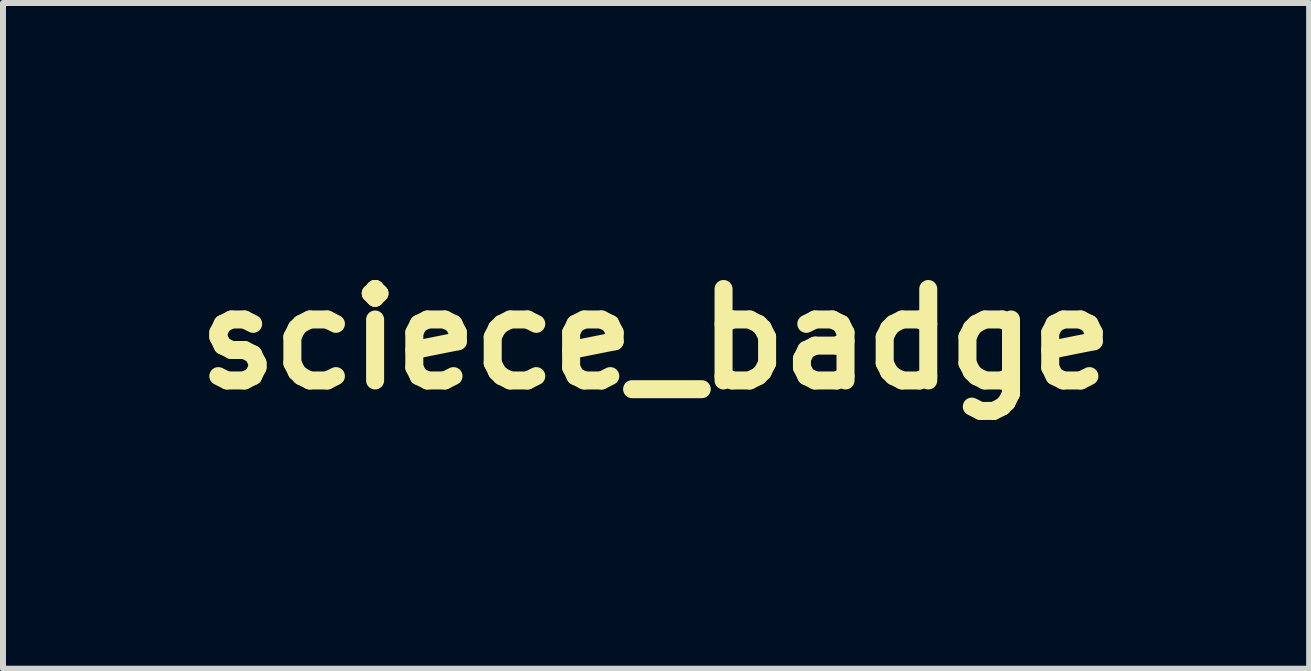
<source format=kicad_pcb>
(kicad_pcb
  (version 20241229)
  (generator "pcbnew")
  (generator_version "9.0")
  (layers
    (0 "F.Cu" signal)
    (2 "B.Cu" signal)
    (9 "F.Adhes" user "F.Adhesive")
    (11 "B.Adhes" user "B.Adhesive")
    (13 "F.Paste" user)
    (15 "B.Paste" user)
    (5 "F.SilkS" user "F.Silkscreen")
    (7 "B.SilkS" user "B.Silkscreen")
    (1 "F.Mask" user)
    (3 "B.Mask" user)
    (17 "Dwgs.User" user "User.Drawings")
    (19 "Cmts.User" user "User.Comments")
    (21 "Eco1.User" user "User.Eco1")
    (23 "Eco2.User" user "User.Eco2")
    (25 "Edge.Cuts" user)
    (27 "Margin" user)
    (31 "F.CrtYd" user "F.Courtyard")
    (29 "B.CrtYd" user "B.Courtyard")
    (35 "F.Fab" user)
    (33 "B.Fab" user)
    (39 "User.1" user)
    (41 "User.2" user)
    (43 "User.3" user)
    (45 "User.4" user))
  (footprint "sciece_badge"
    (layer "F.Cu")
    (at 7.881 2.6)
    (property "Reference" "sciece_badge" (at 0 0 0) (layer "F.SilkS") (effects (font (size 1.524 1.524) (thickness 0.3))))
    (attr through_hole)
    (fp_poly (pts (xy 0.401 -2.559) (xy 0.85 -2.445) (xy 1.257 -2.253) (xy 1.298 -2.228) (xy 1.676 -1.928) (xy 2.003 -1.556) (xy 2.261 -1.134) (xy 2.433 -0.686) (xy 2.465 -0.496) (xy 2.483 -0.242) (xy 2.486 0.037) (xy 2.474 0.304) (xy 2.447 0.522) (xy 2.433 0.584) (xy 2.33 0.874) (xy 2.182 1.182) (xy 2.011 1.466) (xy 1.874 1.645) (xy 1.593 1.91) (xy 1.251 2.146) (xy 0.889 2.329) (xy 0.726 2.387) (xy 0.396 2.458) (xy 0.02 2.487) (xy -0.361 2.476) (xy -0.705 2.423) (xy -0.823 2.391) (xy -1.236 2.213) (xy -1.624 1.96) (xy -1.963 1.65) (xy -2.013 1.583) (xy -1.212 1.583) (xy -1.199 1.701) (xy -1.13 1.775) (xy -0.99 1.814) (xy -0.876 1.757) (xy -0.844 1.714) (xy -0.835 1.676) (xy -0.5 1.676) (xy -0.499 1.778) (xy -0.447 1.869) (xy -0.35 1.921) (xy -0.234 1.931) (xy -0.139 1.902) (xy -0.102 1.841) (xy 0.000321 1.841) (xy 0.042 1.905) (xy 0.14 1.932) (xy 0.256 1.92) (xy 0.345 1.869) (xy 0.398 1.772) (xy 0.396 1.671) (xy 0.726 1.671) (xy 0.777 1.774) (xy 0.886 1.827) (xy 0.914 1.829) (xy 1.022 1.792) (xy 1.065 1.755) (xy 1.109 1.642) (xy 1.082 1.531) (xy 1.003 1.451) (xy 0.897 1.427) (xy 0.826 1.454) (xy 0.739 1.553) (xy 0.726 1.671) (xy 0.396 1.671) (xy 0.396 1.671) (xy 0.344 1.613) (xy 0.245 1.623) (xy 0.128 1.683) (xy 0.033 1.769) (xy 0.000321 1.841) (xy -0.102 1.841) (xy -0.145 1.757) (xy -0.245 1.673) (xy -0.362 1.618) (xy -0.446 1.613) (xy -0.5 1.676) (xy -0.835 1.676) (xy -0.818 1.601) (xy -0.866 1.502) (xy -0.962 1.441) (xy -1.076 1.438) (xy -1.145 1.475) (xy -1.212 1.583) (xy -2.013 1.583) (xy -2.188 1.355) (xy -0.719 1.355) (xy -0.689 1.463) (xy -0.626 1.541) (xy -0.55 1.567) (xy -0.479 1.518) (xy -0.475 1.512) (xy -0.443 1.411) (xy -0.437 1.346) (xy -0.443 1.312) (xy -0.254 1.312) (xy -0.214 1.437) (xy -0.118 1.509) (xy -0.000067 1.515) (xy 0.1 1.45) (xy 0.129 1.36) (xy 0.332 1.36) (xy 0.358 1.483) (xy 0.434 1.536) (xy 0.532 1.505) (xy 0.569 1.469) (xy 0.627 1.368) (xy 0.607 1.259) (xy 0.599 1.242) (xy 0.521 1.137) (xy 0.439 1.124) (xy 0.37 1.193) (xy 0.333 1.337) (xy 0.332 1.36) (xy 0.129 1.36) (xy 0.136 1.339) (xy 0.102 1.22) (xy 0.02 1.148) (xy -0.095 1.147) (xy -0.2 1.206) (xy -0.253 1.3) (xy -0.254 1.312) (xy -0.443 1.312) (xy -0.464 1.203) (xy -0.53 1.129) (xy -0.614 1.134) (xy -0.694 1.227) (xy -0.699 1.239) (xy -0.719 1.355) (xy -2.188 1.355) (xy -2.228 1.302) (xy -2.252 1.263) (xy -2.349 1.047) (xy -1.722 1.047) (xy -1.65 1.169) (xy -1.643 1.177) (xy -1.533 1.255) (xy -1.423 1.27) (xy -1.343 1.226) (xy -1.321 1.155) (xy -1.331 1.131) (xy -1.191 1.131) (xy -1.191 1.183) (xy -1.119 1.255) (xy -1.006 1.263) (xy -0.892 1.211) (xy -0.843 1.159) (xy -0.803 1.044) (xy -0.834 0.961) (xy -0.497 0.961) (xy -0.488 0.995) (xy -0.449 1.053) (xy -0.379 1.058) (xy -0.251 1.009) (xy -0.238 1.003) (xy -0.133 0.92) (xy -0.114 0.838) (xy 0.011 0.838) (xy 0.037 0.931) (xy 0.121 1.006) (xy 0.23 1.049) (xy 0.331 1.047) (xy 0.334 1.044) (xy 0.701 1.044) (xy 0.741 1.159) (xy 0.741 1.159) (xy 0.841 1.242) (xy 0.959 1.267) (xy 1.058 1.23) (xy 1.089 1.183) (xy 1.085 1.155) (xy 1.219 1.155) (xy 1.254 1.246) (xy 1.34 1.275) (xy 1.447 1.243) (xy 1.547 1.153) (xy 1.556 1.14) (xy 1.609 1.016) (xy 1.58 0.945) (xy 1.479 0.937) (xy 1.376 0.972) (xy 1.252 1.057) (xy 1.219 1.155) (xy 1.085 1.155) (xy 1.076 1.096) (xy 1.001 1.001) (xy 0.898 0.931) (xy 0.832 0.916) (xy 0.736 0.952) (xy 0.701 1.044) (xy 0.334 1.044) (xy 0.387 0.995) (xy 0.386 0.896) (xy 0.356 0.814) (xy 0.271 0.736) (xy 0.159 0.717) (xy 0.059 0.754) (xy 0.011 0.838) (xy -0.114 0.838) (xy -0.111 0.826) (xy -0.171 0.749) (xy -0.263 0.721) (xy -0.389 0.748) (xy -0.476 0.839) (xy -0.497 0.961) (xy -0.834 0.961) (xy -0.837 0.952) (xy -0.933 0.916) (xy -0.933 0.916) (xy -1.039 0.952) (xy -1.135 1.035) (xy -1.191 1.131) (xy -1.331 1.131) (xy -1.365 1.044) (xy -1.472 0.974) (xy -1.621 0.935) (xy -1.709 0.964) (xy -1.722 1.047) (xy -2.349 1.047) (xy -2.452 0.821) (xy -2.489 0.665) (xy -1.914 0.665) (xy -1.881 0.759) (xy -1.801 0.848) (xy -1.72 0.846) (xy -1.661 0.763) (xy -1.647 0.685) (xy -1.441 0.685) (xy -1.393 0.766) (xy -1.307 0.847) (xy -1.234 0.851) (xy -1.148 0.797) (xy -1.074 0.695) (xy -1.077 0.632) (xy -0.864 0.632) (xy -0.839 0.783) (xy -0.778 0.863) (xy -0.697 0.862) (xy -0.614 0.77) (xy -0.611 0.765) (xy -0.565 0.651) (xy -0.566 0.649) (xy 0.473 0.649) (xy 0.506 0.759) (xy 0.587 0.847) (xy 0.67 0.844) (xy 0.733 0.759) (xy 0.753 0.665) (xy 0.75 0.607) (xy 0.973 0.607) (xy 0.996 0.74) (xy 1.046 0.797) (xy 1.141 0.854) (xy 1.211 0.842) (xy 1.298 0.759) (xy 1.356 0.643) (xy 1.349 0.621) (xy 1.533 0.621) (xy 1.536 0.752) (xy 1.559 0.826) (xy 1.629 0.862) (xy 1.727 0.835) (xy 1.768 0.803) (xy 1.819 0.7) (xy 1.812 0.582) (xy 1.76 0.48) (xy 1.677 0.427) (xy 1.615 0.433) (xy 1.562 0.5) (xy 1.533 0.621) (xy 1.349 0.621) (xy 1.325 0.547) (xy 1.215 0.49) (xy 1.137 0.483) (xy 1.026 0.501) (xy 0.979 0.574) (xy 0.973 0.607) (xy 0.75 0.607) (xy 0.746 0.525) (xy 0.702 0.451) (xy 0.62 0.412) (xy 0.563 0.443) (xy 0.511 0.527) (xy 0.473 0.649) (xy -0.566 0.649) (xy -0.586 0.56) (xy -0.63 0.494) (xy -0.72 0.429) (xy -0.802 0.451) (xy -0.855 0.549) (xy -0.864 0.632) (xy -1.077 0.632) (xy -1.078 0.581) (xy -1.151 0.493) (xy -1.228 0.467) (xy -1.361 0.489) (xy -1.437 0.572) (xy -1.441 0.685) (xy -1.647 0.685) (xy -1.642 0.66) (xy -1.659 0.509) (xy -1.714 0.423) (xy -1.79 0.415) (xy -1.868 0.493) (xy -1.886 0.527) (xy -1.914 0.665) (xy -2.489 0.665) (xy -2.566 0.347) (xy -2.57 0.269) (xy -1.705 0.269) (xy -1.659 0.339) (xy -1.561 0.354) (xy -1.434 0.302) (xy -1.41 0.285) (xy -1.337 0.195) (xy -1.321 0.136) (xy -1.195 0.136) (xy -1.142 0.229) (xy -1.086 0.28) (xy -0.962 0.357) (xy -0.867 0.357) (xy -0.853 0.35) (xy -0.795 0.298) (xy -0.796 0.288) (xy -0.498 0.288) (xy -0.492 0.381) (xy -0.455 0.461) (xy -0.377 0.533) (xy -0.268 0.563) (xy -0.165 0.548) (xy -0.106 0.489) (xy -0.102 0.463) (xy -0.106 0.452) (xy 0 0.452) (xy 0.037 0.537) (xy 0.127 0.568) (xy 0.236 0.549) (xy 0.333 0.48) (xy 0.366 0.428) (xy 0.4 0.324) (xy 0.377 0.275) (xy 0.69 0.275) (xy 0.722 0.332) (xy 0.748 0.349) (xy 0.836 0.353) (xy 0.948 0.308) (xy 1.049 0.235) (xy 1.102 0.158) (xy 1.102 0.134) (xy 1.219 0.134) (xy 1.258 0.233) (xy 1.352 0.311) (xy 1.465 0.351) (xy 1.565 0.339) (xy 1.6 0.306) (xy 1.602 0.226) (xy 1.575 0.153) (xy 1.499 0.082) (xy 1.39 0.049) (xy 1.287 0.057) (xy 1.224 0.107) (xy 1.219 0.134) (xy 1.102 0.134) (xy 1.102 0.13) (xy 1.044 0.087) (xy 0.932 0.061) (xy 0.81 0.07) (xy 0.737 0.143) (xy 0.722 0.174) (xy 0.69 0.275) (xy 0.377 0.275) (xy 0.372 0.265) (xy 0.353 0.251) (xy 0.25 0.206) (xy 0.204 0.235) (xy 0.203 0.248) (xy 0.161 0.296) (xy 0.102 0.32) (xy 0.016 0.388) (xy 0 0.452) (xy -0.106 0.452) (xy -0.144 0.363) (xy -0.246 0.276) (xy -0.364 0.229) (xy -0.429 0.235) (xy -0.498 0.288) (xy -0.796 0.288) (xy -0.805 0.218) (xy -0.822 0.177) (xy -0.908 0.075) (xy -1.021 0.051) (xy -1.154 0.073) (xy -1.195 0.136) (xy -1.321 0.136) (xy -1.321 0.134) (xy -1.36 0.069) (xy -1.454 0.047) (xy -1.565 0.066) (xy -1.656 0.125) (xy -1.677 0.153) (xy -1.705 0.269) (xy -2.57 0.269) (xy -2.585 0.01) (xy -2.169 0.01) (xy -2.132 0.079) (xy -2.02 0.146) (xy -1.894 0.129) (xy -1.831 0.079) (xy -1.786 -0.043) (xy -1.791 -0.06) (xy -0.736 -0.06) (xy -0.706 0.035) (xy -0.681 0.076) (xy -0.591 0.162) (xy -0.508 0.157) (xy -0.451 0.071) (xy -0.444 0.008) (xy -0.239 0.008) (xy -0.201 0.079) (xy -0.089 0.146) (xy 0.036 0.129) (xy 0.1 0.079) (xy 0.144 -0.035) (xy 0.126 -0.107) (xy 0.341 -0.107) (xy 0.342 -0.064) (xy 0.347 0.072) (xy 0.361 0.134) (xy 0.398 0.152) (xy 0.445 0.152) (xy 0.54 0.113) (xy 0.598 0.051) (xy 0.608 0.008) (xy 1.692 0.008) (xy 1.729 0.079) (xy 1.841 0.146) (xy 1.966 0.129) (xy 2.03 0.079) (xy 2.074 -0.035) (xy 2.047 -0.145) (xy 1.969 -0.226) (xy 1.862 -0.249) (xy 1.791 -0.223) (xy 1.699 -0.118) (xy 1.692 0.008) (xy 0.608 0.008) (xy 0.627 -0.069) (xy 0.586 -0.177) (xy 0.494 -0.24) (xy 0.435 -0.243) (xy 0.364 -0.206) (xy 0.341 -0.107) (xy 0.126 -0.107) (xy 0.116 -0.145) (xy 0.038 -0.226) (xy -0.069 -0.249) (xy -0.14 -0.223) (xy -0.231 -0.118) (xy -0.239 0.008) (xy -0.444 0.008) (xy -0.436 -0.058) (xy -0.47 -0.191) (xy -0.546 -0.248) (xy -0.64 -0.222) (xy -0.699 -0.153) (xy -0.736 -0.06) (xy -1.791 -0.06) (xy -1.828 -0.165) (xy -1.892 -0.223) (xy -2.006 -0.249) (xy -2.105 -0.2) (xy -2.166 -0.105) (xy -2.169 0.01) (xy -2.585 0.01) (xy -2.594 -0.141) (xy -2.572 -0.328) (xy -1.704 -0.328) (xy -1.677 -0.255) (xy -1.6 -0.184) (xy -1.492 -0.151) (xy -1.388 -0.158) (xy -1.337 -0.199) (xy -1.185 -0.199) (xy -1.093 -0.157) (xy -1.021 -0.152) (xy -0.891 -0.187) (xy -0.822 -0.278) (xy -0.791 -0.378) (xy -0.82 -0.426) (xy -0.502 -0.426) (xy -0.474 -0.367) (xy -0.454 -0.353) (xy -0.391 -0.316) (xy -0.342 -0.317) (xy -0.264 -0.362) (xy -0.227 -0.387) (xy -0.123 -0.487) (xy -0.106 -0.558) (xy -0.004 -0.558) (xy 0.036 -0.466) (xy 0.138 -0.388) (xy 0.271 -0.343) (xy 0.37 -0.354) (xy 0.384 -0.378) (xy 0.678 -0.378) (xy 0.692 -0.305) (xy 0.718 -0.261) (xy 0.81 -0.175) (xy 0.936 -0.163) (xy 1.048 -0.19) (xy 1.102 -0.231) (xy 1.1 -0.236) (xy 1.219 -0.236) (xy 1.259 -0.17) (xy 1.352 -0.148) (xy 1.463 -0.168) (xy 1.555 -0.226) (xy 1.575 -0.255) (xy 1.607 -0.356) (xy 1.6 -0.407) (xy 1.521 -0.454) (xy 1.411 -0.439) (xy 1.302 -0.379) (xy 1.231 -0.289) (xy 1.219 -0.236) (xy 1.1 -0.236) (xy 1.077 -0.293) (xy 0.992 -0.378) (xy 0.972 -0.393) (xy 0.862 -0.462) (xy 0.786 -0.466) (xy 0.736 -0.438) (xy 0.678 -0.378) (xy 0.384 -0.378) (xy 0.406 -0.415) (xy 0.362 -0.554) (xy 0.247 -0.642) (xy 0.151 -0.66) (xy 0.035 -0.631) (xy -0.004 -0.558) (xy -0.106 -0.558) (xy -0.101 -0.58) (xy -0.161 -0.644) (xy -0.255 -0.66) (xy -0.386 -0.633) (xy -0.465 -0.536) (xy -0.468 -0.53) (xy -0.502 -0.426) (xy -0.82 -0.426) (xy -0.825 -0.435) (xy -0.853 -0.451) (xy -0.945 -0.463) (xy -1.062 -0.4) (xy -1.086 -0.382) (xy -1.183 -0.277) (xy -1.185 -0.199) (xy -1.337 -0.199) (xy -1.326 -0.208) (xy -1.321 -0.236) (xy -1.36 -0.335) (xy -1.453 -0.412) (xy -1.567 -0.453) (xy -1.666 -0.44) (xy -1.701 -0.407) (xy -1.704 -0.328) (xy -2.572 -0.328) (xy -2.536 -0.625) (xy -2.508 -0.716) (xy -1.91 -0.716) (xy -1.883 -0.616) (xy -1.817 -0.525) (xy -1.744 -0.52) (xy -1.693 -0.547) (xy -1.647 -0.625) (xy -1.64 -0.747) (xy -1.643 -0.766) (xy -1.456 -0.766) (xy -1.448 -0.658) (xy -1.363 -0.584) (xy -1.22 -0.569) (xy -1.117 -0.61) (xy -1.098 -0.661) (xy -0.856 -0.661) (xy -0.82 -0.566) (xy -0.804 -0.552) (xy -0.721 -0.514) (xy -0.665 -0.544) (xy -0.613 -0.629) (xy -0.592 -0.718) (xy 0.483 -0.718) (xy 0.511 -0.629) (xy 0.573 -0.533) (xy 0.632 -0.516) (xy 0.702 -0.552) (xy 0.749 -0.631) (xy 0.753 -0.709) (xy 0.963 -0.709) (xy 0.991 -0.602) (xy 1.001 -0.59) (xy 1.09 -0.563) (xy 1.21 -0.584) (xy 1.315 -0.643) (xy 1.34 -0.672) (xy 1.364 -0.755) (xy 1.36 -0.763) (xy 1.541 -0.763) (xy 1.557 -0.608) (xy 1.613 -0.524) (xy 1.69 -0.519) (xy 1.77 -0.602) (xy 1.789 -0.639) (xy 1.817 -0.782) (xy 1.77 -0.891) (xy 1.66 -0.939) (xy 1.645 -0.94) (xy 1.577 -0.915) (xy 1.546 -0.824) (xy 1.541 -0.763) (xy 1.36 -0.763) (xy 1.313 -0.842) (xy 1.288 -0.868) (xy 1.196 -0.939) (xy 1.112 -0.936) (xy 1.073 -0.918) (xy 0.994 -0.831) (xy 0.963 -0.709) (xy 0.753 -0.709) (xy 0.756 -0.753) (xy 0.728 -0.873) (xy 0.67 -0.948) (xy 0.651 -0.955) (xy 0.556 -0.931) (xy 0.495 -0.841) (xy 0.483 -0.718) (xy -0.592 -0.718) (xy -0.583 -0.755) (xy -0.611 -0.872) (xy -0.683 -0.947) (xy -0.753 -0.955) (xy -0.817 -0.898) (xy -0.853 -0.786) (xy -0.856 -0.661) (xy -1.098 -0.661) (xy -1.077 -0.718) (xy -1.076 -0.72) (xy -1.099 -0.853) (xy -1.181 -0.929) (xy -1.295 -0.933) (xy -1.376 -0.885) (xy -1.456 -0.766) (xy -1.643 -0.766) (xy -1.665 -0.868) (xy -1.718 -0.947) (xy -1.739 -0.955) (xy -1.829 -0.93) (xy -1.891 -0.839) (xy -1.91 -0.716) (xy -2.508 -0.716) (xy -2.414 -1.016) (xy -0.493 -1.016) (xy -0.466 -0.938) (xy -0.395 -0.84) (xy -0.287 -0.82) (xy -0.266 -0.822) (xy -0.147 -0.868) (xy -0.117 -0.932) (xy -0.005 -0.932) (xy 0.037 -0.853) (xy 0.158 -0.814) (xy 0.187 -0.813) (xy 0.308 -0.859) (xy 0.365 -0.941) (xy 0.397 -1.072) (xy 0.352 -1.141) (xy 0.239 -1.141) (xy 0.156 -1.111) (xy 0.034 -1.026) (xy -0.005 -0.932) (xy -0.117 -0.932) (xy -0.113 -0.94) (xy -0.137 -1.032) (xy -0.251 -1.108) (xy -0.256 -1.111) (xy -0.403 -1.15) (xy -0.484 -1.116) (xy -0.493 -1.016) (xy -2.414 -1.016) (xy -2.392 -1.085) (xy -2.357 -1.156) (xy -1.706 -1.156) (xy -1.703 -1.069) (xy -1.658 -1.024) (xy -1.586 -1.027) (xy -1.457 -1.079) (xy -1.457 -1.079) (xy -1.357 -1.16) (xy -1.332 -1.255) (xy -1.332 -1.256) (xy -1.195 -1.256) (xy -1.155 -1.154) (xy -1.107 -1.108) (xy -0.985 -1.032) (xy -0.888 -1.028) (xy -0.817 -1.063) (xy -0.782 -1.132) (xy -0.79 -1.154) (xy 0.697 -1.154) (xy 0.719 -1.083) (xy 0.804 -1.023) (xy 0.91 -1.045) (xy 1.006 -1.108) (xy 1.085 -1.21) (xy 1.083 -1.257) (xy 1.219 -1.257) (xy 1.257 -1.156) (xy 1.349 -1.075) (xy 1.462 -1.029) (xy 1.562 -1.035) (xy 1.602 -1.069) (xy 1.604 -1.157) (xy 1.543 -1.258) (xy 1.446 -1.34) (xy 1.345 -1.372) (xy 1.248 -1.349) (xy 1.219 -1.266) (xy 1.219 -1.257) (xy 1.083 -1.257) (xy 1.08 -1.305) (xy 0.998 -1.364) (xy 0.937 -1.372) (xy 0.823 -1.337) (xy 0.735 -1.254) (xy 0.697 -1.154) (xy -0.79 -1.154) (xy -0.814 -1.224) (xy -0.892 -1.312) (xy -0.994 -1.366) (xy -1.037 -1.372) (xy -1.153 -1.338) (xy -1.195 -1.256) (xy -1.332 -1.256) (xy -1.381 -1.334) (xy -1.457 -1.362) (xy -1.555 -1.337) (xy -1.648 -1.257) (xy -1.706 -1.156) (xy -2.357 -1.156) (xy -2.262 -1.346) (xy -2.178 -1.465) (xy -0.72 -1.465) (xy -0.701 -1.343) (xy -0.699 -1.34) (xy -0.623 -1.237) (xy -0.527 -1.232) (xy -0.479 -1.258) (xy -0.437 -1.34) (xy -0.437 -1.377) (xy -0.239 -1.377) (xy -0.174 -1.286) (xy -0.088 -1.233) (xy -0.051 -1.219) (xy 0.011 -1.246) (xy 0.072 -1.286) (xy 0.138 -1.381) (xy 0.133 -1.441) (xy 0.331 -1.441) (xy 0.353 -1.301) (xy 0.419 -1.228) (xy 0.506 -1.231) (xy 0.588 -1.32) (xy 0.598 -1.34) (xy 0.625 -1.462) (xy 0.577 -1.57) (xy 0.489 -1.641) (xy 0.404 -1.623) (xy 0.345 -1.527) (xy 0.331 -1.441) (xy 0.133 -1.441) (xy 0.13 -1.488) (xy 0.067 -1.577) (xy -0.031 -1.621) (xy -0.14 -1.594) (xy -0.23 -1.494) (xy -0.239 -1.377) (xy -0.437 -1.377) (xy -0.437 -1.463) (xy -0.474 -1.579) (xy -0.522 -1.632) (xy -0.612 -1.639) (xy -0.684 -1.573) (xy -0.72 -1.465) (xy -2.178 -1.465) (xy -2.094 -1.586) (xy -2 -1.691) (xy -1.212 -1.691) (xy -1.166 -1.588) (xy -1.061 -1.528) (xy -1.016 -1.524) (xy -0.909 -1.558) (xy -0.874 -1.585) (xy -0.83 -1.667) (xy 0.727 -1.667) (xy 0.764 -1.598) (xy 0.876 -1.531) (xy 1.001 -1.547) (xy 1.065 -1.598) (xy 1.11 -1.72) (xy 1.067 -1.842) (xy 1.003 -1.899) (xy 0.889 -1.925) (xy 0.791 -1.877) (xy 0.73 -1.782) (xy 0.727 -1.667) (xy -0.83 -1.667) (xy -0.812 -1.7) (xy -0.829 -1.81) (xy -0.842 -1.823) (xy -0.508 -1.823) (xy -0.473 -1.732) (xy -0.388 -1.713) (xy -0.301 -1.759) (xy -0.208 -1.817) (xy -0.161 -1.829) (xy -0.113 -1.871) (xy -0.102 -1.93) (xy -0.107 -1.946) (xy 0.00009 -1.946) (xy 0.041 -1.858) (xy 0.138 -1.773) (xy 0.14 -1.773) (xy 0.247 -1.722) (xy 0.317 -1.731) (xy 0.355 -1.761) (xy 0.403 -1.843) (xy 0.375 -1.919) (xy 0.288 -1.986) (xy 0.16 -2.023) (xy 0.046 -2.021) (xy 0.003 -1.978) (xy 0.00009 -1.946) (xy -0.107 -1.946) (xy -0.128 -2.007) (xy -0.222 -2.032) (xy -0.244 -2.032) (xy -0.403 -1.997) (xy -0.493 -1.902) (xy -0.508 -1.823) (xy -0.842 -1.823) (xy -0.907 -1.889) (xy -1.026 -1.908) (xy -1.094 -1.888) (xy -1.19 -1.802) (xy -1.212 -1.691) (xy -2 -1.691) (xy -1.868 -1.838) (xy -1.619 -2.068) (xy -1.397 -2.232) (xy -0.989 -2.431) (xy -0.539 -2.552) (xy -0.069 -2.595) (xy 0.401 -2.559)) (stroke (width 0.01) (type solid)) (fill yes) (layer "F.Mask")))
  (gr_rect
    (start -3 -3)
    (end 18.763 8.092)
    (stroke (width 0.1) (type default))
    (fill no)
    (layer "Edge.Cuts")))
</source>
